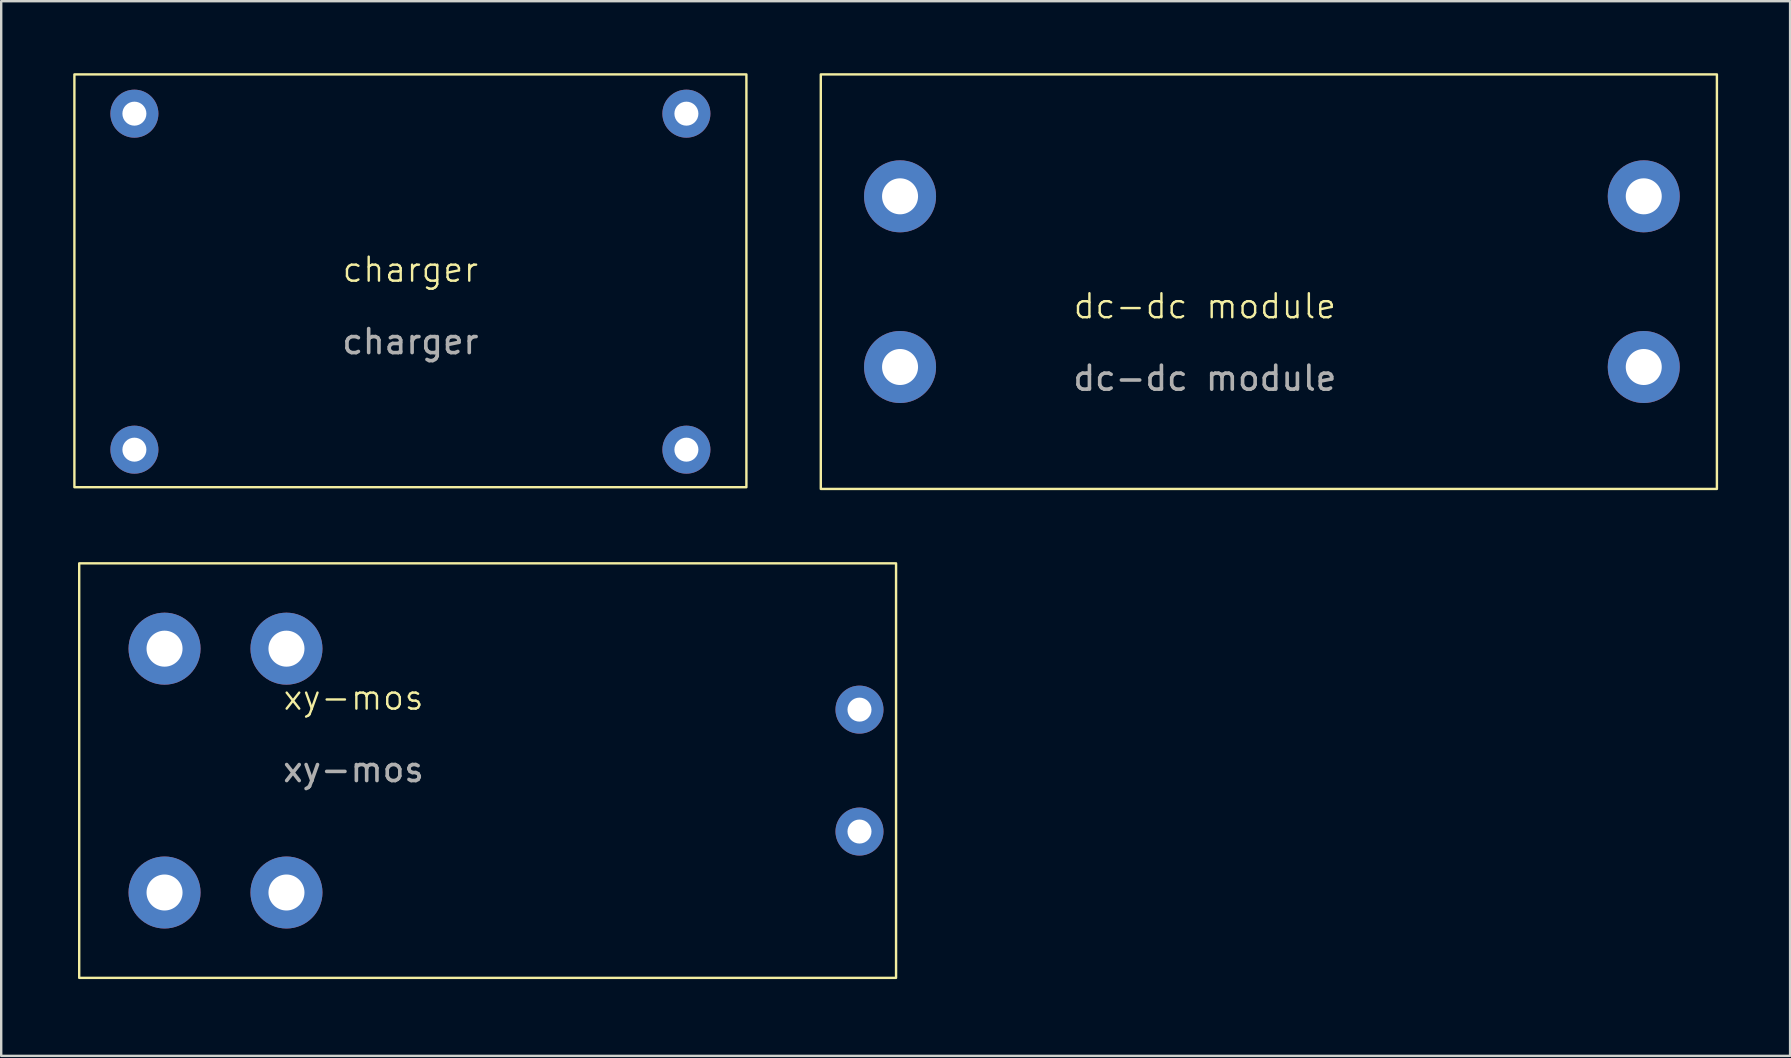
<source format=kicad_pcb>
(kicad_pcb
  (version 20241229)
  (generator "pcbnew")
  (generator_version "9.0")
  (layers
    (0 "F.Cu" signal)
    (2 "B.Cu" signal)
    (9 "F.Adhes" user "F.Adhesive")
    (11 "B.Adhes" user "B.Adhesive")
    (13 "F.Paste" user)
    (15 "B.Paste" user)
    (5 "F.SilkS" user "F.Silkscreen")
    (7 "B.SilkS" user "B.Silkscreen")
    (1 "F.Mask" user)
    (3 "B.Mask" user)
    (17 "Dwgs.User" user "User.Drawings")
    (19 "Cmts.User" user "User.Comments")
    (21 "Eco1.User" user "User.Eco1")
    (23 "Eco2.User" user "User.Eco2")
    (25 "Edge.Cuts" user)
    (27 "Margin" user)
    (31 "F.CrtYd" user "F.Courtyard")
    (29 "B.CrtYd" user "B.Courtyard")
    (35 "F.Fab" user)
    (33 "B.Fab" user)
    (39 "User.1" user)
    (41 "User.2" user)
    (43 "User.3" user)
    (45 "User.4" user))
  (footprint "dc-dc module"
    (layer "F.Cu")
    (at 47.152 10.21)
    (property "Reference" "dc-dc module" (at 0 -0.5 0) (unlocked yes) (layer "F.SilkS") (effects (font (size 1 1) (thickness 0.1))))
    (attr through_hole)
    (fp_rect (start -16.002 -10.16) (end 21.336 7.112) (stroke (width 0.1) (type default)) (fill no) (layer "F.SilkS"))
    (fp_text user "${REFERENCE}" (at 0 2.5 0) (unlocked yes) (layer "F.Fab") (effects (font (size 1 1) (thickness 0.15))))
    (pad "1" thru_hole circle (at -12.7 -5.08) (size 3 3) (drill 1.5) (layers "*.Cu" "*.Mask"))
    (pad "2" thru_hole circle (at -12.7 2.032) (size 3 3) (drill 1.5) (layers "*.Cu" "*.Mask"))
    (pad "3" thru_hole circle (at 18.288 -5.08) (size 3 3) (drill 1.5) (layers "*.Cu" "*.Mask"))
    (pad "4" thru_hole circle (at 18.288 2.032) (size 3 3) (drill 1.5) (layers "*.Cu" "*.Mask")))
  (footprint "charger"
    (layer "F.Cu")
    (at 14.05 8.686)
    (property "Reference" "charger" (at 0 -0.5 0) (unlocked yes) (layer "F.SilkS") (effects (font (size 1 1) (thickness 0.1))))
    (attr through_hole)
    (fp_rect (start -14 8.564) (end 14 -8.636) (stroke (width 0.1) (type default)) (fill no) (layer "F.SilkS"))
    (fp_text user "${REFERENCE}" (at 0 2.5 0) (unlocked yes) (layer "F.Fab") (effects (font (size 1 1) (thickness 0.15))))
    (pad "1" thru_hole circle (at -11.5 -7) (size 2 2) (drill 1) (layers "*.Cu" "*.Mask"))
    (pad "2" thru_hole circle (at -11.5 7) (size 2 2) (drill 1) (layers "*.Cu" "*.Mask"))
    (pad "3" thru_hole circle (at 11.5 -7) (size 2 2) (drill 1) (layers "*.Cu" "*.Mask"))
    (pad "4" thru_hole circle (at 11.5 7) (size 2 2) (drill 1) (layers "*.Cu" "*.Mask")))
  (footprint "xy-mos"
    (layer "F.Cu")
    (at 0.25 37.694)
    (property "Reference" "xy-mos" (at 11.43 -11.676 0) (unlocked yes) (layer "F.SilkS") (effects (font (size 1 1) (thickness 0.1))))
    (attr through_hole)
    (fp_rect (start 0 -17.272) (end 34.036 0) (stroke (width 0.1) (type default)) (fill no) (layer "F.SilkS"))
    (fp_text user "${REFERENCE}" (at 11.43 -8.676 0) (unlocked yes) (layer "F.Fab") (effects (font (size 1 1) (thickness 0.15))))
    (pad "1" thru_hole circle (at 3.556 -13.716) (size 3 3) (drill 1.5) (layers "*.Cu" "*.Mask"))
    (pad "2" thru_hole circle (at 8.636 -13.716) (size 3 3) (drill 1.5) (layers "*.Cu" "*.Mask"))
    (pad "3" thru_hole circle (at 3.556 -3.556) (size 3 3) (drill 1.5) (layers "*.Cu" "*.Mask"))
    (pad "4" thru_hole circle (at 8.636 -3.556) (size 3 3) (drill 1.5) (layers "*.Cu" "*.Mask"))
    (pad "5" thru_hole circle (at 32.512 -11.176) (size 2 2) (drill 1) (layers "*.Cu" "*.Mask"))
    (pad "6" thru_hole circle (at 32.512 -6.096) (size 2 2) (drill 1) (layers "*.Cu" "*.Mask")))
  (gr_rect
    (start -3 -3)
    (end 71.538 40.944)
    (stroke (width 0.1) (type default))
    (fill no)
    (layer "Edge.Cuts")))
</source>
